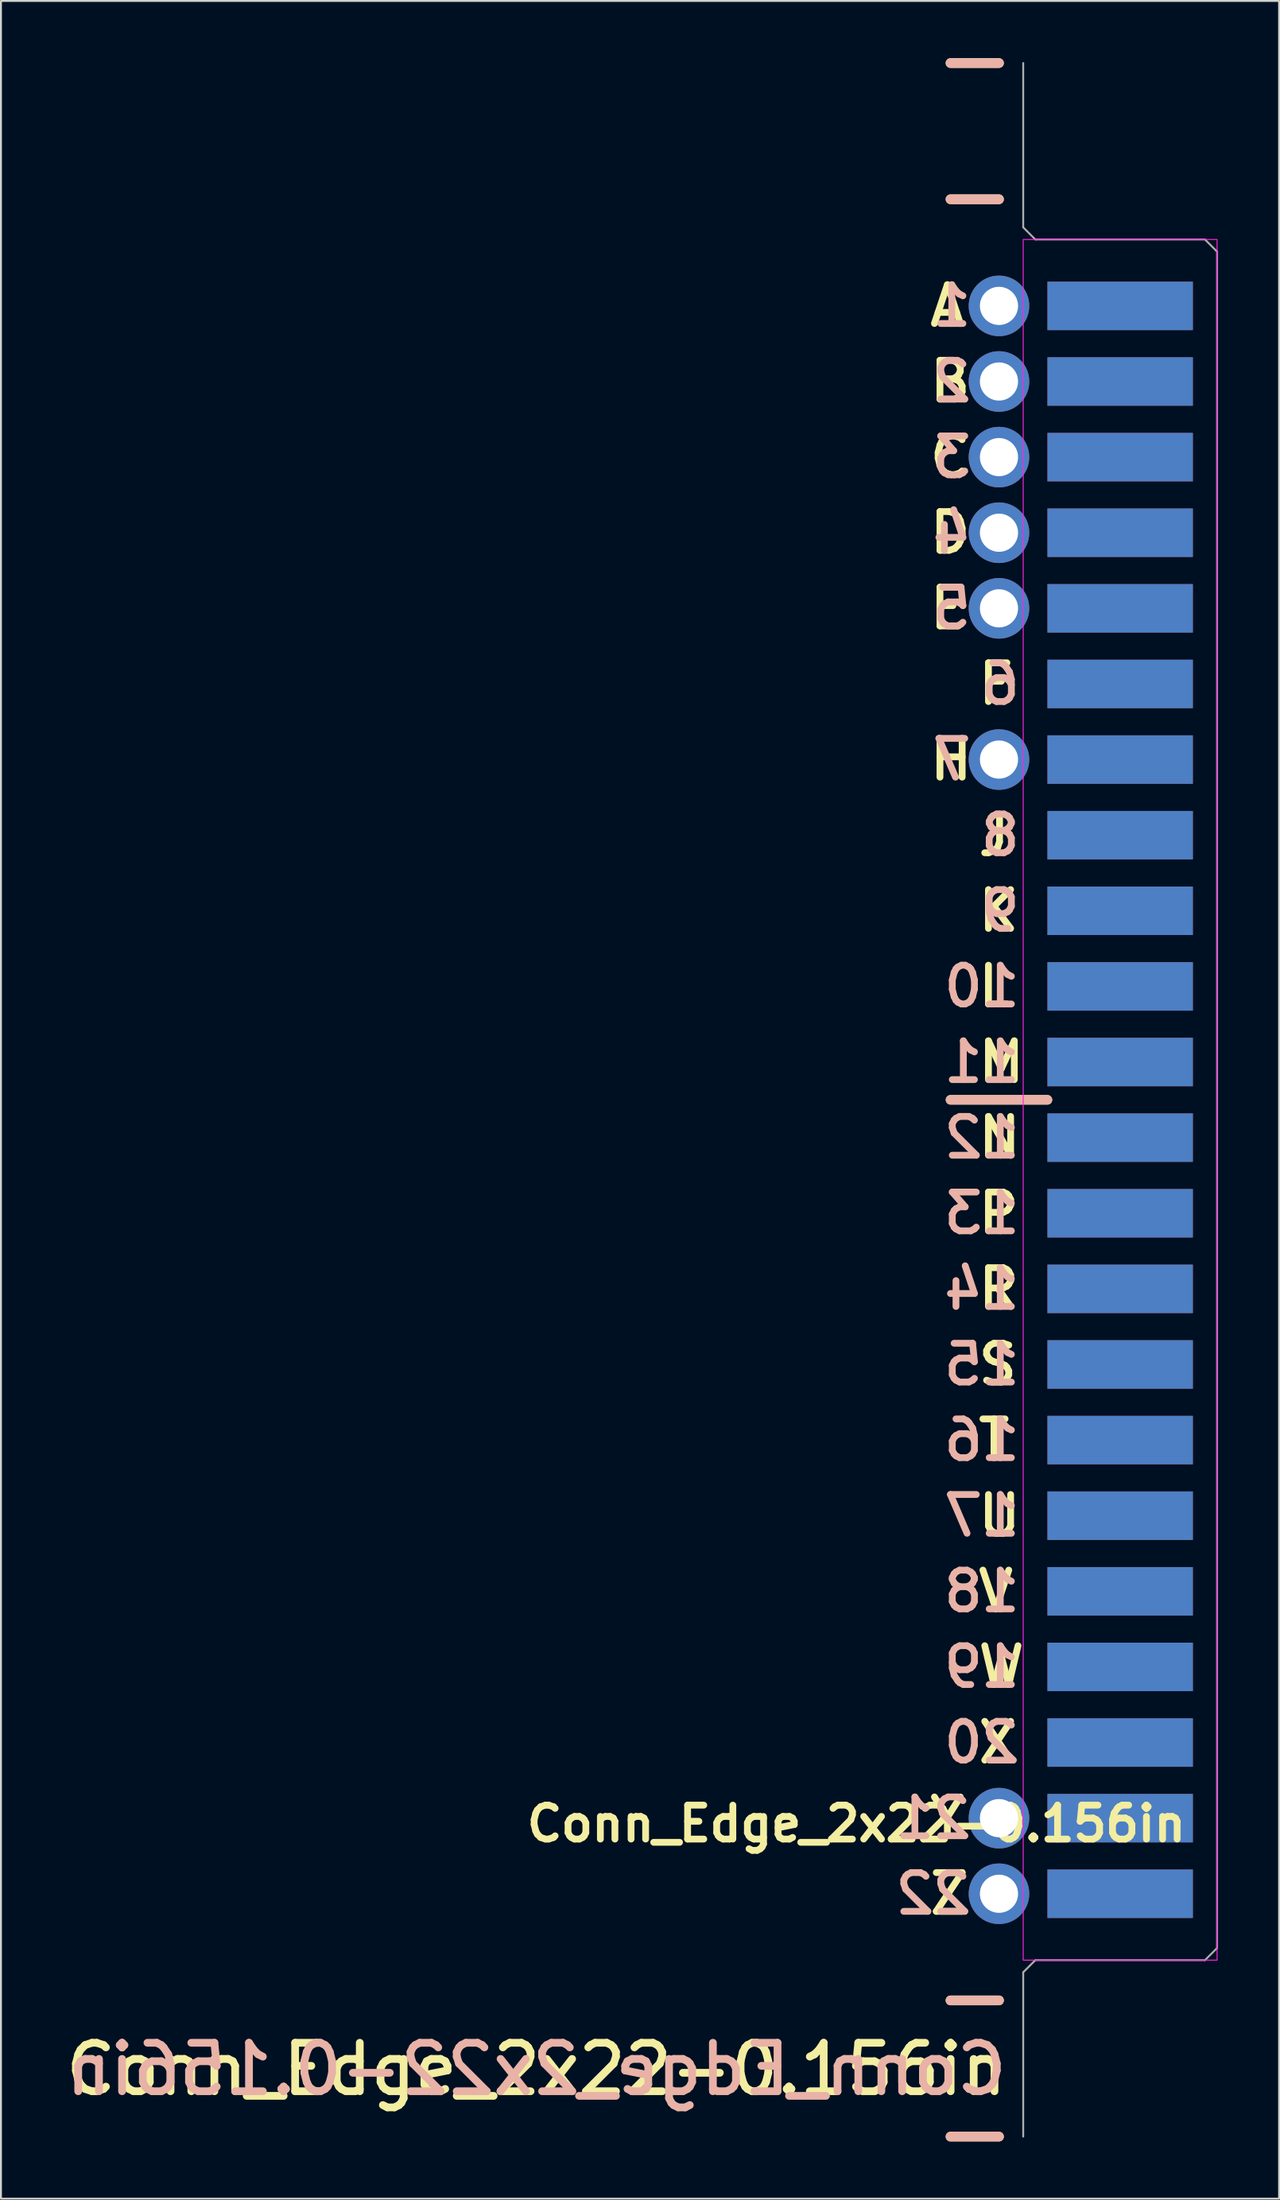
<source format=kicad_pcb>
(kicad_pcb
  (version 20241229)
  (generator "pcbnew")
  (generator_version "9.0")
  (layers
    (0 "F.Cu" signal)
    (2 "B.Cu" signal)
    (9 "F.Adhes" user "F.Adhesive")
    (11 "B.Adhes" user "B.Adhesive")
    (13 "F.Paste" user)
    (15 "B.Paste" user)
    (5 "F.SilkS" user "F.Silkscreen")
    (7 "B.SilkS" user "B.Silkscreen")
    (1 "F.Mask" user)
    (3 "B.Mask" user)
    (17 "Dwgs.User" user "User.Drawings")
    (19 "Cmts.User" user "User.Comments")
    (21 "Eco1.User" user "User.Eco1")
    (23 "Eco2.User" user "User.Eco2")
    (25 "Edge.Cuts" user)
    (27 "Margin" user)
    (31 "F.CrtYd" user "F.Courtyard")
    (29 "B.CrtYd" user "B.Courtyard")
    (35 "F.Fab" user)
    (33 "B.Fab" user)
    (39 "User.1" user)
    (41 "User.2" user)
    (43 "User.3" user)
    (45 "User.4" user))
  (footprint "Conn_Edge_2x22-0.156in"
    (layer "F.Cu")
    (at 60.734 54.585)
    (property "Reference" "Conn_Edge_2x22-0.156in" (at -18.9 37.935 0) (unlocked yes) (layer "F.SilkS") (effects (font (size 1.778 1.778) (thickness 0.356) (bold yes))))
    (attr through_hole)
    (fp_line (start -13.97 -54.331) (end -11.43 -54.331) (stroke (width 0.508) (type default)) (layer "F.SilkS"))
    (fp_line (start -13.97 -47.193) (end -11.43 -47.193) (stroke (width 0.508) (type default)) (layer "F.SilkS"))
    (fp_line (start -13.97 0) (end -8.89 0) (stroke (width 0.5) (type default)) (layer "F.SilkS"))
    (fp_line (start -13.97 47.193) (end -11.43 47.193) (stroke (width 0.508) (type default)) (layer "F.SilkS"))
    (fp_line (start -13.97 54.331) (end -11.43 54.331) (stroke (width 0.508) (type default)) (layer "F.SilkS"))
    (fp_line (start -13.97 -54.331) (end -11.43 -54.331) (stroke (width 0.508) (type default)) (layer "B.SilkS"))
    (fp_line (start -13.97 -47.193) (end -11.43 -47.193) (stroke (width 0.508) (type default)) (layer "B.SilkS"))
    (fp_line (start -13.97 0) (end -8.89 0) (stroke (width 0.5) (type default)) (layer "B.SilkS"))
    (fp_line (start -13.97 47.193) (end -11.43 47.193) (stroke (width 0.508) (type default)) (layer "B.SilkS"))
    (fp_line (start -13.97 54.331) (end -11.43 54.331) (stroke (width 0.508) (type default)) (layer "B.SilkS"))
    (fp_rect (start -10.16 -45.085) (end 0 45.085) (stroke (width 0.05) (type default)) (fill no) (layer "F.CrtYd"))
    (fp_line (start -10.16 -54.331) (end -10.16 -45.72) (stroke (width 0.1) (type default)) (layer "F.Fab"))
    (fp_line (start -10.16 -45.72) (end -9.525 -45.085) (stroke (width 0.1) (type default)) (layer "F.Fab"))
    (fp_line (start -10.16 45.72) (end -10.16 54.331) (stroke (width 0.1) (type default)) (layer "F.Fab"))
    (fp_line (start -9.525 -45.085) (end -0.635 -45.085) (stroke (width 0.1) (type default)) (layer "F.Fab"))
    (fp_line (start -9.525 45.085) (end -10.16 45.72) (stroke (width 0.1) (type default)) (layer "F.Fab"))
    (fp_line (start -0.635 -45.085) (end 0 -44.45) (stroke (width 0.1) (type default)) (layer "F.Fab"))
    (fp_line (start -0.635 45.085) (end -9.525 45.085) (stroke (width 0.1) (type default)) (layer "F.Fab"))
    (fp_line (start 0 -44.45) (end 0 44.45) (stroke (width 0.1) (type default)) (layer "F.Fab"))
    (fp_line (start 0 44.45) (end -0.635 45.085) (stroke (width 0.1) (type default)) (layer "F.Fab"))
    (fp_text user "J" (at -12.7 -13.868 0) (unlocked yes) (layer "F.SilkS") (effects (font (size 2.032 2.032) (thickness 0.356) (bold yes)) (justify left)))
    (fp_text user "M" (at -12.7 -1.981 0) (unlocked yes) (layer "F.SilkS") (effects (font (size 2.032 2.032) (thickness 0.356) (bold yes)) (justify left)))
    (fp_text user "A" (at -15.24 -41.605 0) (unlocked yes) (layer "F.SilkS") (effects (font (size 2.032 2.032) (thickness 0.356) (bold yes)) (justify left)))
    (fp_text user "L" (at -12.7 -5.944 0) (unlocked yes) (layer "F.SilkS") (effects (font (size 2.032 2.032) (thickness 0.356) (bold yes)) (justify left)))
    (fp_text user "R" (at -12.7 9.906 0) (unlocked yes) (layer "F.SilkS") (effects (font (size 2.032 2.032) (thickness 0.356) (bold yes)) (justify left)))
    (fp_text user "K" (at -12.7 -9.906 0) (unlocked yes) (layer "F.SilkS") (effects (font (size 2.032 2.032) (thickness 0.356) (bold yes)) (justify left)))
    (fp_text user "E" (at -15.24 -25.756 0) (unlocked yes) (layer "F.SilkS") (effects (font (size 2.032 2.032) (thickness 0.356) (bold yes)) (justify left)))
    (fp_text user "${Reference}" (at -10.795 50.8 0) (unlocked yes) (layer "F.SilkS") (effects (font (size 2.54 2.54) (thickness 0.406)) (justify right)))
    (fp_text user "Z" (at -15.24 41.605 0) (unlocked yes) (layer "F.SilkS") (effects (font (size 2.032 2.032) (thickness 0.356) (bold yes)) (justify left)))
    (fp_text user "B" (at -15.24 -37.643 0) (unlocked yes) (layer "F.SilkS") (effects (font (size 2.032 2.032) (thickness 0.356) (bold yes)) (justify left)))
    (fp_text user "T" (at -12.7 17.831 0) (unlocked yes) (layer "F.SilkS") (effects (font (size 2.032 2.032) (thickness 0.356) (bold yes)) (justify left)))
    (fp_text user "V" (at -12.7 25.756 0) (unlocked yes) (layer "F.SilkS") (effects (font (size 2.032 2.032) (thickness 0.356) (bold yes)) (justify left)))
    (fp_text user "D" (at -15.24 -29.718 0) (unlocked yes) (layer "F.SilkS") (effects (font (size 2.032 2.032) (thickness 0.356) (bold yes)) (justify left)))
    (fp_text user "C" (at -15.24 -33.68 0) (unlocked yes) (layer "F.SilkS") (effects (font (size 2.032 2.032) (thickness 0.356) (bold yes)) (justify left)))
    (fp_text user "N" (at -12.7 1.981 0) (unlocked yes) (layer "F.SilkS") (effects (font (size 2.032 2.032) (thickness 0.356) (bold yes)) (justify left)))
    (fp_text user "X" (at -12.7 33.68 0) (unlocked yes) (layer "F.SilkS") (effects (font (size 2.032 2.032) (thickness 0.356) (bold yes)) (justify left)))
    (fp_text user "S" (at -12.7 13.868 0) (unlocked yes) (layer "F.SilkS") (effects (font (size 2.032 2.032) (thickness 0.356) (bold yes)) (justify left)))
    (fp_text user "P" (at -12.7 5.944 0) (unlocked yes) (layer "F.SilkS") (effects (font (size 2.032 2.032) (thickness 0.356) (bold yes)) (justify left)))
    (fp_text user "W" (at -12.7 29.718 0) (unlocked yes) (layer "F.SilkS") (effects (font (size 2.032 2.032) (thickness 0.356) (bold yes)) (justify left)))
    (fp_text user "U" (at -12.7 21.793 0) (unlocked yes) (layer "F.SilkS") (effects (font (size 2.032 2.032) (thickness 0.356) (bold yes)) (justify left)))
    (fp_text user "Y" (at -15.24 37.643 0) (unlocked yes) (layer "F.SilkS") (effects (font (size 2.032 2.032) (thickness 0.356) (bold yes)) (justify left)))
    (fp_text user "F" (at -12.7 -21.793 0) (unlocked yes) (layer "F.SilkS") (effects (font (size 2.032 2.032) (thickness 0.356) (bold yes)) (justify left)))
    (fp_text user "H" (at -15.24 -17.831 0) (unlocked yes) (layer "F.SilkS") (effects (font (size 2.032 2.032) (thickness 0.356) (bold yes)) (justify left)))
    (fp_text user "7" (at -12.7 -17.831 0) (unlocked yes) (layer "B.SilkS") (effects (font (size 2.032 2.032) (thickness 0.356) (bold yes)) (justify left mirror)))
    (fp_text user "5" (at -12.7 -25.756 0) (unlocked yes) (layer "B.SilkS") (effects (font (size 2.032 2.032) (thickness 0.356) (bold yes)) (justify left mirror)))
    (fp_text user "6" (at -10.16 -21.793 0) (unlocked yes) (layer "B.SilkS") (effects (font (size 2.032 2.032) (thickness 0.356) (bold yes)) (justify left mirror)))
    (fp_text user "19" (at -10.16 29.718 0) (unlocked yes) (layer "B.SilkS") (effects (font (size 2.032 2.032) (thickness 0.356) (bold yes)) (justify left mirror)))
    (fp_text user "3" (at -12.7 -33.68 0) (unlocked yes) (layer "B.SilkS") (effects (font (size 2.032 2.032) (thickness 0.356) (bold yes)) (justify left mirror)))
    (fp_text user "2" (at -12.7 -37.643 0) (unlocked yes) (layer "B.SilkS") (effects (font (size 2.032 2.032) (thickness 0.356) (bold yes)) (justify left mirror)))
    (fp_text user "8" (at -10.16 -13.868 0) (unlocked yes) (layer "B.SilkS") (effects (font (size 2.032 2.032) (thickness 0.356) (bold yes)) (justify left mirror)))
    (fp_text user "${Reference}" (at -10.795 50.8 0) (unlocked yes) (layer "B.SilkS") (effects (font (size 2.54 2.54) (thickness 0.406)) (justify left mirror)))
    (fp_text user "13" (at -10.16 5.944 0) (unlocked yes) (layer "B.SilkS") (effects (font (size 2.032 2.032) (thickness 0.356) (bold yes)) (justify left mirror)))
    (fp_text user "16" (at -10.16 17.831 0) (unlocked yes) (layer "B.SilkS") (effects (font (size 2.032 2.032) (thickness 0.356) (bold yes)) (justify left mirror)))
    (fp_text user "14" (at -10.16 9.906 0) (unlocked yes) (layer "B.SilkS") (effects (font (size 2.032 2.032) (thickness 0.356) (bold yes)) (justify left mirror)))
    (fp_text user "21" (at -12.7 37.643 0) (unlocked yes) (layer "B.SilkS") (effects (font (size 2.032 2.032) (thickness 0.356) (bold yes)) (justify left mirror)))
    (fp_text user "17" (at -10.16 21.793 0) (unlocked yes) (layer "B.SilkS") (effects (font (size 2.032 2.032) (thickness 0.356) (bold yes)) (justify left mirror)))
    (fp_text user "22" (at -12.7 41.605 0) (unlocked yes) (layer "B.SilkS") (effects (font (size 2.032 2.032) (thickness 0.356) (bold yes)) (justify left mirror)))
    (fp_text user "9" (at -10.16 -9.906 0) (unlocked yes) (layer "B.SilkS") (effects (font (size 2.032 2.032) (thickness 0.356) (bold yes)) (justify left mirror)))
    (fp_text user "11" (at -10.16 -1.981 0) (unlocked yes) (layer "B.SilkS") (effects (font (size 2.032 2.032) (thickness 0.356) (bold yes)) (justify left mirror)))
    (fp_text user "20" (at -10.16 33.68 0) (unlocked yes) (layer "B.SilkS") (effects (font (size 2.032 2.032) (thickness 0.356) (bold yes)) (justify left mirror)))
    (fp_text user "10" (at -10.16 -5.944 0) (unlocked yes) (layer "B.SilkS") (effects (font (size 2.032 2.032) (thickness 0.356) (bold yes)) (justify left mirror)))
    (fp_text user "18" (at -10.16 25.756 0) (unlocked yes) (layer "B.SilkS") (effects (font (size 2.032 2.032) (thickness 0.356) (bold yes)) (justify left mirror)))
    (fp_text user "1" (at -12.7 -41.605 0) (unlocked yes) (layer "B.SilkS") (effects (font (size 2.032 2.032) (thickness 0.356) (bold yes)) (justify left mirror)))
    (fp_text user "15" (at -10.16 13.868 0) (unlocked yes) (layer "B.SilkS") (effects (font (size 2.032 2.032) (thickness 0.356) (bold yes)) (justify left mirror)))
    (fp_text user "12" (at -10.16 1.981 0) (unlocked yes) (layer "B.SilkS") (effects (font (size 2.032 2.032) (thickness 0.356) (bold yes)) (justify left mirror)))
    (fp_text user "4" (at -12.7 -29.718 0) (unlocked yes) (layer "B.SilkS") (effects (font (size 2.032 2.032) (thickness 0.356) (bold yes)) (justify left mirror)))
    (pad "1" connect rect (at -5.08 -41.605) (size 7.62 2.54) (layers "B.Cu" "B.Mask"))
    (pad "2" connect rect (at -5.08 -37.643) (size 7.62 2.54) (layers "B.Cu" "B.Mask"))
    (pad "3" connect rect (at -5.08 -33.68) (size 7.62 2.54) (layers "B.Cu" "B.Mask"))
    (pad "4" connect rect (at -5.08 -29.718) (size 7.62 2.54) (layers "B.Cu" "B.Mask"))
    (pad "5" connect rect (at -5.08 -25.756) (size 7.62 2.54) (layers "B.Cu" "B.Mask"))
    (pad "6" connect rect (at -5.08 -21.793) (size 7.62 2.54) (layers "B.Cu" "B.Mask"))
    (pad "7" connect rect (at -5.08 -17.831) (size 7.62 2.54) (layers "B.Cu" "B.Mask"))
    (pad "8" connect rect (at -5.08 -13.868) (size 7.62 2.54) (layers "B.Cu" "B.Mask"))
    (pad "9" connect rect (at -5.08 -9.906) (size 7.62 2.54) (layers "B.Cu" "B.Mask"))
    (pad "10" connect rect (at -5.08 -5.944) (size 7.62 2.54) (layers "B.Cu" "B.Mask"))
    (pad "11" connect rect (at -5.08 -1.981) (size 7.62 2.54) (layers "B.Cu" "B.Mask"))
    (pad "12" connect rect (at -5.08 1.981) (size 7.62 2.54) (layers "B.Cu" "B.Mask"))
    (pad "13" connect rect (at -5.08 5.944) (size 7.62 2.54) (layers "B.Cu" "B.Mask"))
    (pad "14" connect rect (at -5.08 9.906) (size 7.62 2.54) (layers "B.Cu" "B.Mask"))
    (pad "15" connect rect (at -5.08 13.868) (size 7.62 2.54) (layers "B.Cu" "B.Mask"))
    (pad "16" connect rect (at -5.08 17.831) (size 7.62 2.54) (layers "B.Cu" "B.Mask"))
    (pad "17" connect rect (at -5.08 21.793) (size 7.62 2.54) (layers "B.Cu" "B.Mask"))
    (pad "18" connect rect (at -5.08 25.756) (size 7.62 2.54) (layers "B.Cu" "B.Mask"))
    (pad "19" connect rect (at -5.08 29.718) (size 7.62 2.54) (layers "B.Cu" "B.Mask"))
    (pad "20" connect rect (at -5.08 33.68) (size 7.62 2.54) (layers "B.Cu" "B.Mask"))
    (pad "21" connect rect (at -5.08 37.643) (size 7.62 2.54) (layers "B.Cu" "B.Mask"))
    (pad "22" connect rect (at -5.08 41.605) (size 7.62 2.54) (layers "B.Cu" "B.Mask"))
    (pad "A" thru_hole oval (at -11.43 -41.605) (size 3.175 3.175) (drill 2) (layers "*.Cu" "*.Mask"))
    (pad "A" connect rect (at -5.08 -41.605) (size 7.62 2.54) (layers "F.Cu" "F.Mask"))
    (pad "B" thru_hole oval (at -11.43 -37.643) (size 3.175 3.175) (drill 2) (layers "*.Cu" "*.Mask"))
    (pad "B" connect rect (at -5.08 -37.643) (size 7.62 2.54) (layers "F.Cu" "F.Mask"))
    (pad "C" thru_hole oval (at -11.43 -33.68) (size 3.175 3.175) (drill 2) (layers "*.Cu" "*.Mask"))
    (pad "C" connect rect (at -5.08 -33.68) (size 7.62 2.54) (layers "F.Cu" "F.Mask"))
    (pad "D" thru_hole oval (at -11.43 -29.718) (size 3.175 3.175) (drill 2) (layers "*.Cu" "*.Mask"))
    (pad "D" connect rect (at -5.08 -29.718) (size 7.62 2.54) (layers "F.Cu" "F.Mask"))
    (pad "E" thru_hole oval (at -11.43 -25.756) (size 3.175 3.175) (drill 2) (layers "*.Cu" "*.Mask"))
    (pad "E" connect rect (at -5.08 -25.756) (size 7.62 2.54) (layers "F.Cu" "F.Mask"))
    (pad "F" connect rect (at -5.08 -21.793) (size 7.62 2.54) (layers "F.Cu" "F.Mask"))
    (pad "H" thru_hole oval (at -11.43 -17.831) (size 3.175 3.175) (drill 2) (layers "*.Cu" "*.Mask"))
    (pad "H" connect rect (at -5.08 -17.831) (size 7.62 2.54) (layers "F.Cu" "F.Mask"))
    (pad "J" connect rect (at -5.08 -13.868) (size 7.62 2.54) (layers "F.Cu" "F.Mask"))
    (pad "K" connect rect (at -5.08 -9.906) (size 7.62 2.54) (layers "F.Cu" "F.Mask"))
    (pad "L" connect rect (at -5.08 -5.944) (size 7.62 2.54) (layers "F.Cu" "F.Mask"))
    (pad "M" connect rect (at -5.08 -1.981) (size 7.62 2.54) (layers "F.Cu" "F.Mask"))
    (pad "N" connect rect (at -5.08 1.981) (size 7.62 2.54) (layers "F.Cu" "F.Mask"))
    (pad "P" connect rect (at -5.08 5.944) (size 7.62 2.54) (layers "F.Cu" "F.Mask"))
    (pad "R" connect rect (at -5.08 9.906) (size 7.62 2.54) (layers "F.Cu" "F.Mask"))
    (pad "S" connect rect (at -5.08 13.868) (size 7.62 2.54) (layers "F.Cu" "F.Mask"))
    (pad "T" connect rect (at -5.08 17.831) (size 7.62 2.54) (layers "F.Cu" "F.Mask"))
    (pad "U" connect rect (at -5.08 21.793) (size 7.62 2.54) (layers "F.Cu" "F.Mask"))
    (pad "V" connect rect (at -5.08 25.756) (size 7.62 2.54) (layers "F.Cu" "F.Mask"))
    (pad "W" connect rect (at -5.08 29.718) (size 7.62 2.54) (layers "F.Cu" "F.Mask"))
    (pad "X" connect rect (at -5.08 33.68) (size 7.62 2.54) (layers "F.Cu" "F.Mask"))
    (pad "Y" thru_hole oval (at -11.43 37.643) (size 3.175 3.175) (drill 2) (layers "*.Cu" "*.Mask"))
    (pad "Y" connect rect (at -5.08 37.643) (size 7.62 2.54) (layers "F.Cu" "F.Mask"))
    (pad "Z" thru_hole oval (at -11.43 41.605) (size 3.175 3.175) (drill 2) (layers "*.Cu" "*.Mask"))
    (pad "Z" connect rect (at -5.08 41.605) (size 7.62 2.54) (layers "F.Cu" "F.Mask"))
    (zone (net_name "") (layers "F.Cu" "B.Cu") (name "SMD Area") (hatch edge 0.5) (connect_pads) (min_thickness 0.25) (filled_areas_thickness no) (keepout (tracks allowed) (vias allowed) (pads allowed) (copperpour not_allowed) (footprints allowed)) (placement (enabled no)) (fill) (polygon (pts (xy 50.574 9.5) (xy 60.734 9.5) (xy 60.734 99.67) (xy 50.574 99.67)))))
  (gr_rect
    (start -3 -3)
    (end 63.984 112.169)
    (stroke (width 0.1) (type default))
    (fill no)
    (layer "Edge.Cuts")))
</source>
